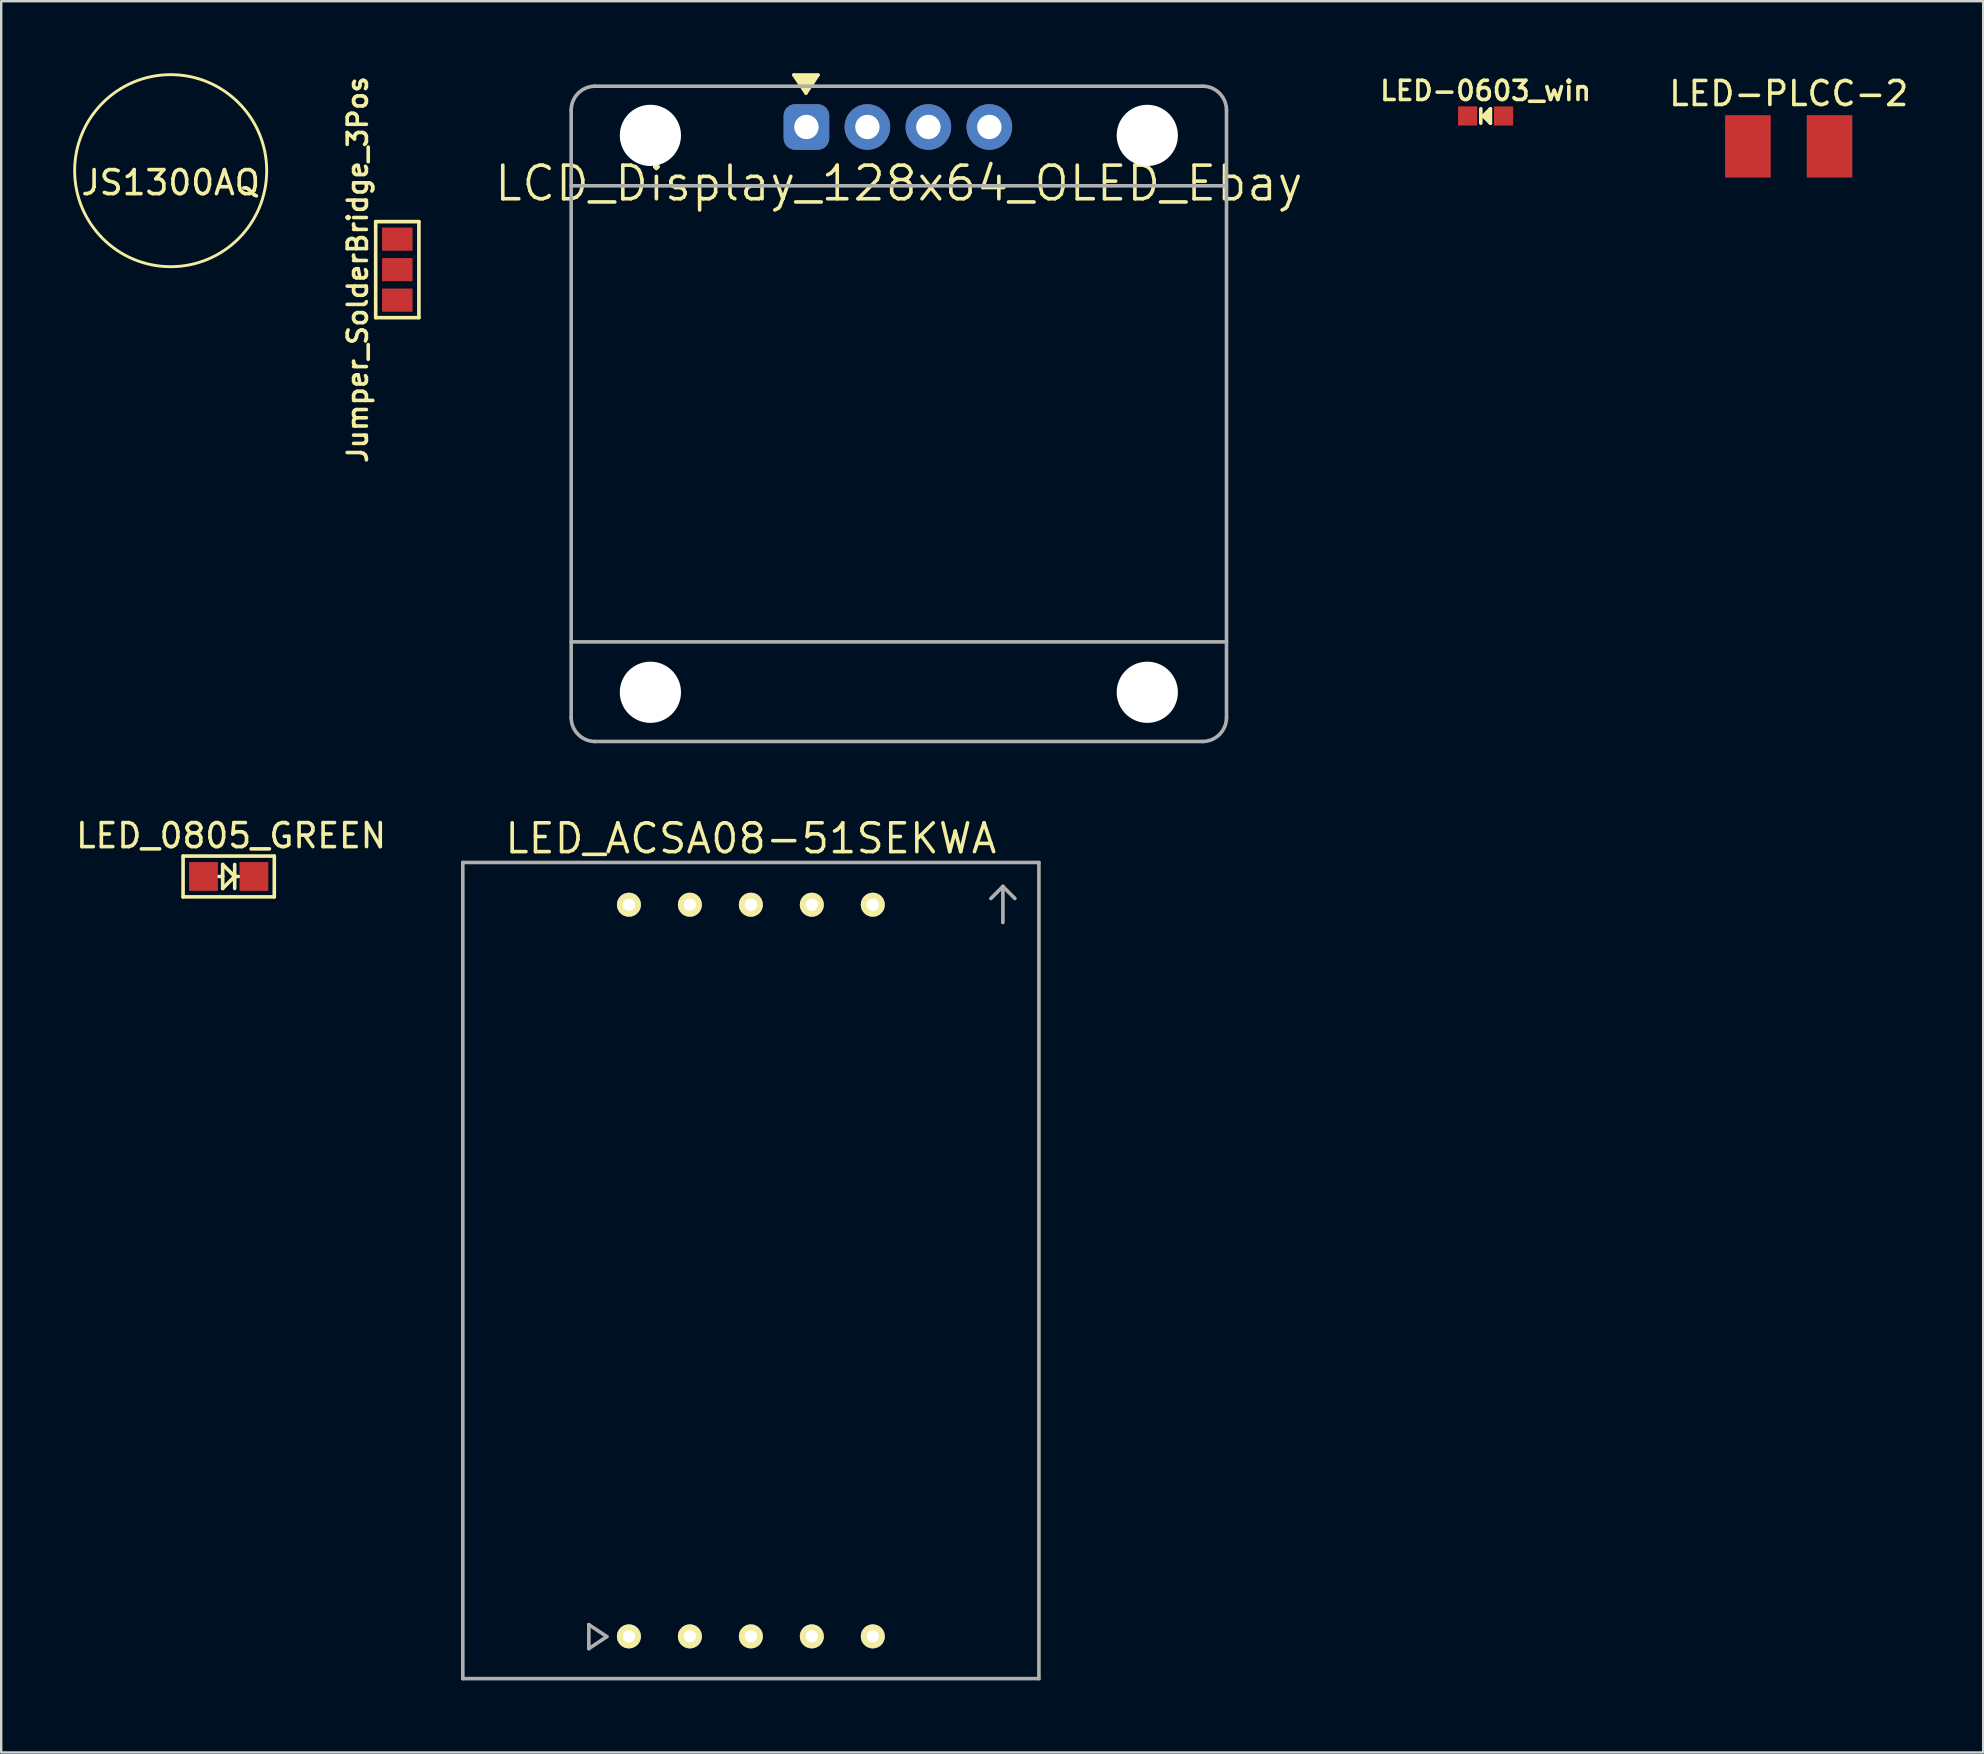
<source format=kicad_pcb>
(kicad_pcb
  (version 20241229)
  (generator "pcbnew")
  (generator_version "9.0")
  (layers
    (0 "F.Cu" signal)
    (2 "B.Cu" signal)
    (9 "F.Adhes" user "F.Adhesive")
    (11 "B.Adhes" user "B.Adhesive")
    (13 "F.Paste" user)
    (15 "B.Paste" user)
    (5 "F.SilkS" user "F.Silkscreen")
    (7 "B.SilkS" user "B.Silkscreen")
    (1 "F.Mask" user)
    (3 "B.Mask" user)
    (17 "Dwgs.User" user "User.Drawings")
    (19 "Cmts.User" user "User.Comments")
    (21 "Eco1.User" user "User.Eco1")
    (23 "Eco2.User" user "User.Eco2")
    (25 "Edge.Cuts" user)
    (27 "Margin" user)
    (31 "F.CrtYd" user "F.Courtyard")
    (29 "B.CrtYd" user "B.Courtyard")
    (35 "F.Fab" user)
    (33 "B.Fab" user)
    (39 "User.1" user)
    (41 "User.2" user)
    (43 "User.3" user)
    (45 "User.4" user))
  (footprint "LED-0603_win"
    (layer "F.Cu")
    (at 58.839 1.781)
    (property "Reference" "LED-0603_win" (at 0 -1.05 0) (layer "F.SilkS") (effects (font (size 0.8 0.8) (thickness 0.15))))
    (attr smd)
    (fp_line (start -0.2 0.3) (end -0.2 -0.3) (stroke (width 0.15) (type solid)) (layer "F.SilkS"))
    (fp_line (start -0.1 0) (end 0.05 0) (stroke (width 0.15) (type solid)) (layer "F.SilkS"))
    (fp_line (start -0.1 0) (end 0.2 -0.3) (stroke (width 0.15) (type solid)) (layer "F.SilkS"))
    (fp_line (start 0.1 0.15) (end 0.1 -0.15) (stroke (width 0.15) (type solid)) (layer "F.SilkS"))
    (fp_line (start 0.2 0.3) (end -0.1 0) (stroke (width 0.15) (type solid)) (layer "F.SilkS"))
    (fp_line (start 0.2 0.3) (end 0.2 -0.3) (stroke (width 0.15) (type solid)) (layer "F.SilkS"))
    (pad "1" smd rect (at -0.749 0 180) (size 0.798 0.798) (layers "F.Cu" "F.Mask" "F.Paste"))
    (pad "2" smd rect (at 0.749 0 180) (size 0.798 0.798) (layers "F.Cu" "F.Mask" "F.Paste")))
  (footprint "LED_0805_GREEN"
    (layer "F.Cu")
    (at 6.477 33.463)
    (property "Reference" "LED_0805_GREEN" (at 0.1 -1.7 180) (layer "F.SilkS") (effects (font (size 1 1) (thickness 0.15))))
    (attr smd)
    (fp_line (start -1.9 -0.85) (end -1.9 0.85) (stroke (width 0.15) (type solid)) (layer "F.SilkS"))
    (fp_line (start -1.9 0.85) (end 1.9 0.85) (stroke (width 0.15) (type solid)) (layer "F.SilkS"))
    (fp_line (start -0.4 0) (end -0.25 0) (stroke (width 0.15) (type solid)) (layer "F.SilkS"))
    (fp_line (start -0.25 -0.5) (end 0.25 0) (stroke (width 0.15) (type solid)) (layer "F.SilkS"))
    (fp_line (start -0.25 0.5) (end -0.25 -0.5) (stroke (width 0.15) (type solid)) (layer "F.SilkS"))
    (fp_line (start 0.25 0) (end -0.25 0.5) (stroke (width 0.15) (type solid)) (layer "F.SilkS"))
    (fp_line (start 0.25 0) (end 0.4 0) (stroke (width 0.15) (type solid)) (layer "F.SilkS"))
    (fp_line (start 0.25 0.5) (end 0.25 -0.5) (stroke (width 0.15) (type solid)) (layer "F.SilkS"))
    (fp_line (start 1.9 -0.85) (end -1.9 -0.85) (stroke (width 0.15) (type solid)) (layer "F.SilkS"))
    (fp_line (start 1.9 0.85) (end 1.9 -0.85) (stroke (width 0.15) (type solid)) (layer "F.SilkS"))
    (pad "1" smd rect (at 1.049 0) (size 1.199 1.199) (layers "F.Cu" "F.Mask" "F.Paste"))
    (pad "2" smd rect (at -1.049 0) (size 1.199 1.199) (layers "F.Cu" "F.Mask" "F.Paste")))
  (footprint "LED-PLCC-2"
    (layer "F.Cu")
    (at 71.466 3.048)
    (property "Reference" "LED-PLCC-2" (at 0 -2.2 0) (layer "F.SilkS") (effects (font (size 1 1) (thickness 0.15))))
    (attr smd)
    (pad "1" smd rect (at -1.7 0 180) (size 1.9 2.6) (layers "F.Cu" "F.Mask" "F.Paste"))
    (pad "2" smd rect (at 1.7 0 180) (size 1.9 2.6) (layers "F.Cu" "F.Mask" "F.Paste")))
  (footprint "LCD_Display_128x64_OLED_Ebay"
    (layer "F.Cu")
    (at 34.395 14.19)
    (property "Reference" "LCD_Display_128x64_OLED_Ebay" (at 0 -9.6 0) (layer "F.SilkS") (effects (font (size 1.4 1.4) (thickness 0.15))))
    (attr through_hole)
    (fp_line (start -4.37 -14.115) (end -3.37 -14.115) (stroke (width 0.15) (type solid)) (layer "F.SilkS"))
    (fp_line (start -4.17 -14.015) (end -3.57 -14.015) (stroke (width 0.15) (type solid)) (layer "F.SilkS"))
    (fp_line (start -3.97 -13.915) (end -3.77 -13.915) (stroke (width 0.15) (type solid)) (layer "F.SilkS"))
    (fp_line (start -3.87 -13.765) (end -3.97 -13.915) (stroke (width 0.15) (type solid)) (layer "F.SilkS"))
    (fp_line (start -3.87 -13.565) (end -4.17 -14.015) (stroke (width 0.15) (type solid)) (layer "F.SilkS"))
    (fp_line (start -3.87 -13.365) (end -4.37 -14.115) (stroke (width 0.15) (type solid)) (layer "F.SilkS"))
    (fp_line (start -3.77 -13.915) (end -3.87 -13.765) (stroke (width 0.15) (type solid)) (layer "F.SilkS"))
    (fp_line (start -3.57 -14.015) (end -3.87 -13.565) (stroke (width 0.15) (type solid)) (layer "F.SilkS"))
    (fp_line (start -3.37 -14.115) (end -3.87 -13.365) (stroke (width 0.15) (type solid)) (layer "F.SilkS"))
    (fp_line (start -13.65 -9.5) (end 13.65 -9.5) (stroke (width 0.15) (type solid)) (layer "F.Fab"))
    (fp_line (start -13.65 9.5) (end 13.65 9.5) (stroke (width 0.15) (type solid)) (layer "F.Fab"))
    (fp_line (start -13.65 12.65) (end -13.65 -12.65) (stroke (width 0.15) (type solid)) (layer "F.Fab"))
    (fp_line (start -12.65 -13.65) (end 12.65 -13.65) (stroke (width 0.15) (type solid)) (layer "F.Fab"))
    (fp_line (start 12.65 13.65) (end -12.65 13.65) (stroke (width 0.15) (type solid)) (layer "F.Fab"))
    (fp_line (start 13.65 -12.65) (end 13.65 12.65) (stroke (width 0.15) (type solid)) (layer "F.Fab"))
    (fp_arc (start -13.65 -12.65) (mid -13.357107 -13.357107) (end -12.65 -13.65) (stroke (width 0.15) (type solid)) (layer "F.Fab"))
    (fp_arc (start -12.65 13.65) (mid -13.357107 13.357107) (end -13.65 12.65) (stroke (width 0.15) (type solid)) (layer "F.Fab"))
    (fp_arc (start 12.65 -13.65) (mid 13.357107 -13.357107) (end 13.65 -12.65) (stroke (width 0.15) (type solid)) (layer "F.Fab"))
    (fp_arc (start 13.65 12.65) (mid 13.357107 13.357107) (end 12.65 13.65) (stroke (width 0.15) (type solid)) (layer "F.Fab"))
    (pad "" np_thru_hole circle (at -10.35 -11.6) (size 2.55 2.55) (drill 2.55) (layers "*.Cu" "*.Mask"))
    (pad "" np_thru_hole circle (at -10.35 11.6) (size 2.55 2.55) (drill 2.55) (layers "*.Cu" "*.Mask"))
    (pad "" np_thru_hole circle (at 10.35 -11.6) (size 2.55 2.55) (drill 2.55) (layers "*.Cu" "*.Mask"))
    (pad "" np_thru_hole circle (at 10.35 11.6) (size 2.55 2.55) (drill 2.55) (layers "*.Cu" "*.Mask"))
    (pad "1" thru_hole roundrect (at -3.85 -11.95) (size 1.9 1.9) (drill 1.016) (layers "*.Cu" "*.Mask") (roundrect_rratio 0.25))
    (pad "2" thru_hole circle (at -1.31 -11.95) (size 1.9 1.9) (drill 1.016) (layers "*.Cu" "*.Mask"))
    (pad "3" thru_hole circle (at 1.23 -11.95) (size 1.9 1.9) (drill 1.016) (layers "*.Cu" "*.Mask"))
    (pad "4" thru_hole circle (at 3.77 -11.95) (size 1.9 1.9) (drill 1.016) (layers "*.Cu" "*.Mask")))
  (footprint "Jumper_SolderBridge_3Pos"
    (layer "F.Cu")
    (at 13.501 8.183)
    (property "Reference" "Jumper_SolderBridge_3Pos" (at -1.65 0 90) (layer "F.SilkS") (effects (font (size 0.8 0.8) (thickness 0.15))))
    (attr exclude_from_pos_files exclude_from_bom)
    (fp_line (start -0.9 -2) (end 0.9 -2) (stroke (width 0.15) (type solid)) (layer "F.SilkS"))
    (fp_line (start -0.9 2) (end -0.9 -2) (stroke (width 0.15) (type solid)) (layer "F.SilkS"))
    (fp_line (start 0.9 -2) (end 0.9 2) (stroke (width 0.15) (type solid)) (layer "F.SilkS"))
    (fp_line (start 0.9 2) (end -0.9 2) (stroke (width 0.15) (type solid)) (layer "F.SilkS"))
    (pad "1" smd rect (at 0 -1.27) (size 1.27 0.965) (layers "F.Cu" "F.Mask" "F.Paste"))
    (pad "2" smd rect (at 0 0) (size 1.27 0.965) (layers "F.Cu" "F.Mask" "F.Paste"))
    (pad "3" smd rect (at 0 1.27) (size 1.27 0.965) (layers "F.Cu" "F.Mask" "F.Paste")))
  (footprint "JS1300AQ"
    (layer "F.Cu")
    (at 4.06 4.06)
    (property "Reference" "JS1300AQ" (at 0 0.5 0) (layer "F.SilkS") (effects (font (size 1 1) (thickness 0.15))))
    (attr through_hole)
    (fp_circle (center 0 0) (end 4 0) (stroke (width 0.12) (type solid)) (fill no) (layer "F.SilkS")))
  (footprint "LED_ACSA08-51SEKWA"
    (layer "F.Cu")
    (at 28.23 49.88)
    (property "Reference" "LED_ACSA08-51SEKWA" (at 0 -18 0) (layer "F.SilkS") (effects (font (size 1.2 1.2) (thickness 0.15))))
    (attr through_hole)
    (fp_line (start -12 -17) (end 12 -17) (stroke (width 0.15) (type solid)) (layer "F.Fab"))
    (fp_line (start -12 17) (end -12 -17) (stroke (width 0.15) (type solid)) (layer "F.Fab"))
    (fp_line (start -6.75 14.75) (end -6 15.25) (stroke (width 0.15) (type solid)) (layer "F.Fab"))
    (fp_line (start -6.75 15.75) (end -6.75 14.75) (stroke (width 0.15) (type solid)) (layer "F.Fab"))
    (fp_line (start -6 15.25) (end -6.75 15.75) (stroke (width 0.15) (type solid)) (layer "F.Fab"))
    (fp_line (start 10 -15.5) (end 10.5 -16) (stroke (width 0.15) (type solid)) (layer "F.Fab"))
    (fp_line (start 10.5 -16) (end 10.5 -14.5) (stroke (width 0.15) (type solid)) (layer "F.Fab"))
    (fp_line (start 10.5 -16) (end 11 -15.5) (stroke (width 0.15) (type solid)) (layer "F.Fab"))
    (fp_line (start 12 -17) (end 12 17) (stroke (width 0.15) (type solid)) (layer "F.Fab"))
    (fp_line (start 12 17) (end -12 17) (stroke (width 0.15) (type solid)) (layer "F.Fab"))
    (pad "1" thru_hole circle (at -5.08 15.24) (size 1 1) (drill 0.51) (layers "*.Cu" "*.Mask" "F.SilkS"))
    (pad "2" thru_hole circle (at -2.54 15.24) (size 1 1) (drill 0.51) (layers "*.Cu" "*.Mask" "F.SilkS"))
    (pad "3" thru_hole circle (at 0 15.24) (size 1 1) (drill 0.51) (layers "*.Cu" "*.Mask" "F.SilkS"))
    (pad "4" thru_hole circle (at 2.54 15.24) (size 1 1) (drill 0.51) (layers "*.Cu" "*.Mask" "F.SilkS"))
    (pad "5" thru_hole circle (at 5.08 15.24) (size 1 1) (drill 0.51) (layers "*.Cu" "*.Mask" "F.SilkS"))
    (pad "6" thru_hole circle (at 5.08 -15.24) (size 1 1) (drill 0.51) (layers "*.Cu" "*.Mask" "F.SilkS"))
    (pad "7" thru_hole circle (at 2.54 -15.24) (size 1 1) (drill 0.51) (layers "*.Cu" "*.Mask" "F.SilkS"))
    (pad "8" thru_hole circle (at 0 -15.24) (size 1 1) (drill 0.51) (layers "*.Cu" "*.Mask" "F.SilkS"))
    (pad "9" thru_hole circle (at -2.54 -15.24) (size 1 1) (drill 0.51) (layers "*.Cu" "*.Mask" "F.SilkS"))
    (pad "10" thru_hole circle (at -5.08 -15.24) (size 1 1) (drill 0.51) (layers "*.Cu" "*.Mask" "F.SilkS")))
  (gr_rect
    (start -3 -3)
    (end 79.567 69.955)
    (stroke (width 0.1) (type default))
    (fill no)
    (layer "Edge.Cuts")))
</source>
